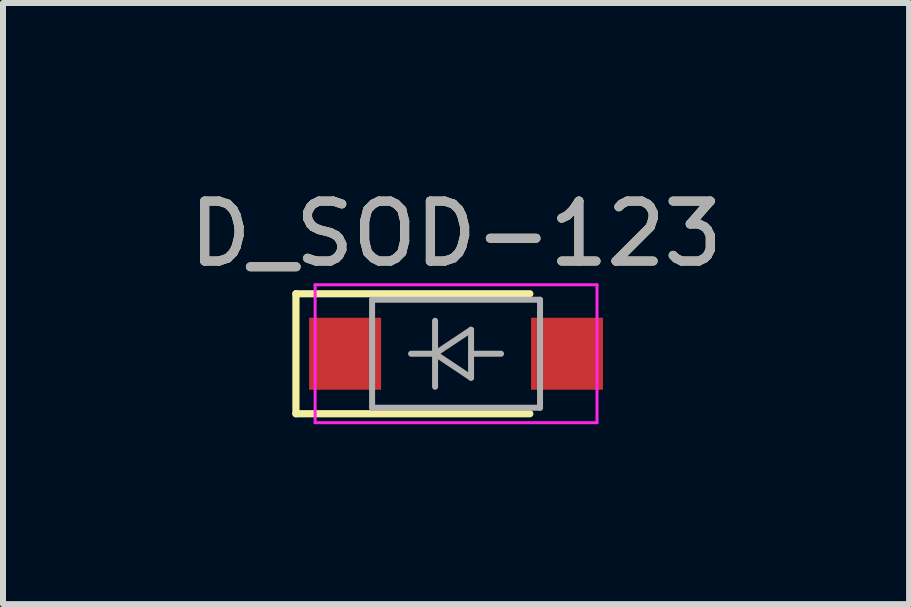
<source format=kicad_pcb>
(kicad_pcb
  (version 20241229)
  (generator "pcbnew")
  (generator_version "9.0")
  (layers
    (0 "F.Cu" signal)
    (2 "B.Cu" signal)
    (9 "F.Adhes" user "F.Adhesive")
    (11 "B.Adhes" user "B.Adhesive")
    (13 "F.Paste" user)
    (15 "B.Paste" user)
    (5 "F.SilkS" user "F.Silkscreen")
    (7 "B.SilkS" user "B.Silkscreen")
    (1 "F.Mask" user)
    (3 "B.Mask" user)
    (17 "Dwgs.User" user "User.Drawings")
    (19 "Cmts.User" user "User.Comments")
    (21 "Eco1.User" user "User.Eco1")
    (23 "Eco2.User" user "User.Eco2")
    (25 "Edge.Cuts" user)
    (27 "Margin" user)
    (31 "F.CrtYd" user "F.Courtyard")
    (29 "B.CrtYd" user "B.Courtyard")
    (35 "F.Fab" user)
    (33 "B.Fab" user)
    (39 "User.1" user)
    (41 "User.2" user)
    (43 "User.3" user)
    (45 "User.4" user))
  (footprint "D_SOD-123"
    (layer "F.Cu")
    (at 4.554 2.848)
    (property "Reference" "D_SOD-123" (at 0 -2 0) (layer "F.SilkS") (effects (font (size 1 1) (thickness 0.15))))
    (attr smd)
    (fp_line (start -2.67 -1) (end -2.67 1) (stroke (width 0.12) (type solid)) (layer "F.SilkS"))
    (fp_line (start -2.67 -1) (end 1.23 -1) (stroke (width 0.12) (type solid)) (layer "F.SilkS"))
    (fp_line (start -2.67 1) (end 1.23 1) (stroke (width 0.12) (type solid)) (layer "F.SilkS"))
    (fp_line (start -2.35 -1.15) (end -2.35 1.15) (stroke (width 0.05) (type solid)) (layer "F.CrtYd"))
    (fp_line (start -2.35 -1.15) (end 2.35 -1.15) (stroke (width 0.05) (type solid)) (layer "F.CrtYd"))
    (fp_line (start 2.35 -1.15) (end 2.35 1.15) (stroke (width 0.05) (type solid)) (layer "F.CrtYd"))
    (fp_line (start 2.35 1.15) (end -2.35 1.15) (stroke (width 0.05) (type solid)) (layer "F.CrtYd"))
    (fp_line (start -1.4 -0.9) (end 1.4 -0.9) (stroke (width 0.1) (type solid)) (layer "F.Fab"))
    (fp_line (start -1.4 0.9) (end -1.4 -0.9) (stroke (width 0.1) (type solid)) (layer "F.Fab"))
    (fp_line (start -0.75 0) (end -0.35 0) (stroke (width 0.1) (type solid)) (layer "F.Fab"))
    (fp_line (start -0.35 0) (end -0.35 -0.55) (stroke (width 0.1) (type solid)) (layer "F.Fab"))
    (fp_line (start -0.35 0) (end -0.35 0.55) (stroke (width 0.1) (type solid)) (layer "F.Fab"))
    (fp_line (start -0.35 0) (end 0.25 -0.4) (stroke (width 0.1) (type solid)) (layer "F.Fab"))
    (fp_line (start 0.25 -0.4) (end 0.25 0.4) (stroke (width 0.1) (type solid)) (layer "F.Fab"))
    (fp_line (start 0.25 0) (end 0.75 0) (stroke (width 0.1) (type solid)) (layer "F.Fab"))
    (fp_line (start 0.25 0.4) (end -0.35 0) (stroke (width 0.1) (type solid)) (layer "F.Fab"))
    (fp_line (start 1.4 -0.9) (end 1.4 0.9) (stroke (width 0.1) (type solid)) (layer "F.Fab"))
    (fp_line (start 1.4 0.9) (end -1.4 0.9) (stroke (width 0.1) (type solid)) (layer "F.Fab"))
    (fp_text user "${REFERENCE}" (at 0 -2 0) (layer "F.Fab") (effects (font (size 1 1) (thickness 0.15))))
    (pad "1" smd rect (at -1.85 0) (size 1.2 1.2) (layers "F.Cu" "F.Mask" "F.Paste"))
    (pad "2" smd rect (at 1.85 0) (size 1.2 1.2) (layers "F.Cu" "F.Mask" "F.Paste")))
  (gr_rect
    (start -3 -3)
    (end 12.107 7.023)
    (stroke (width 0.1) (type default))
    (fill no)
    (layer "Edge.Cuts")))
</source>
